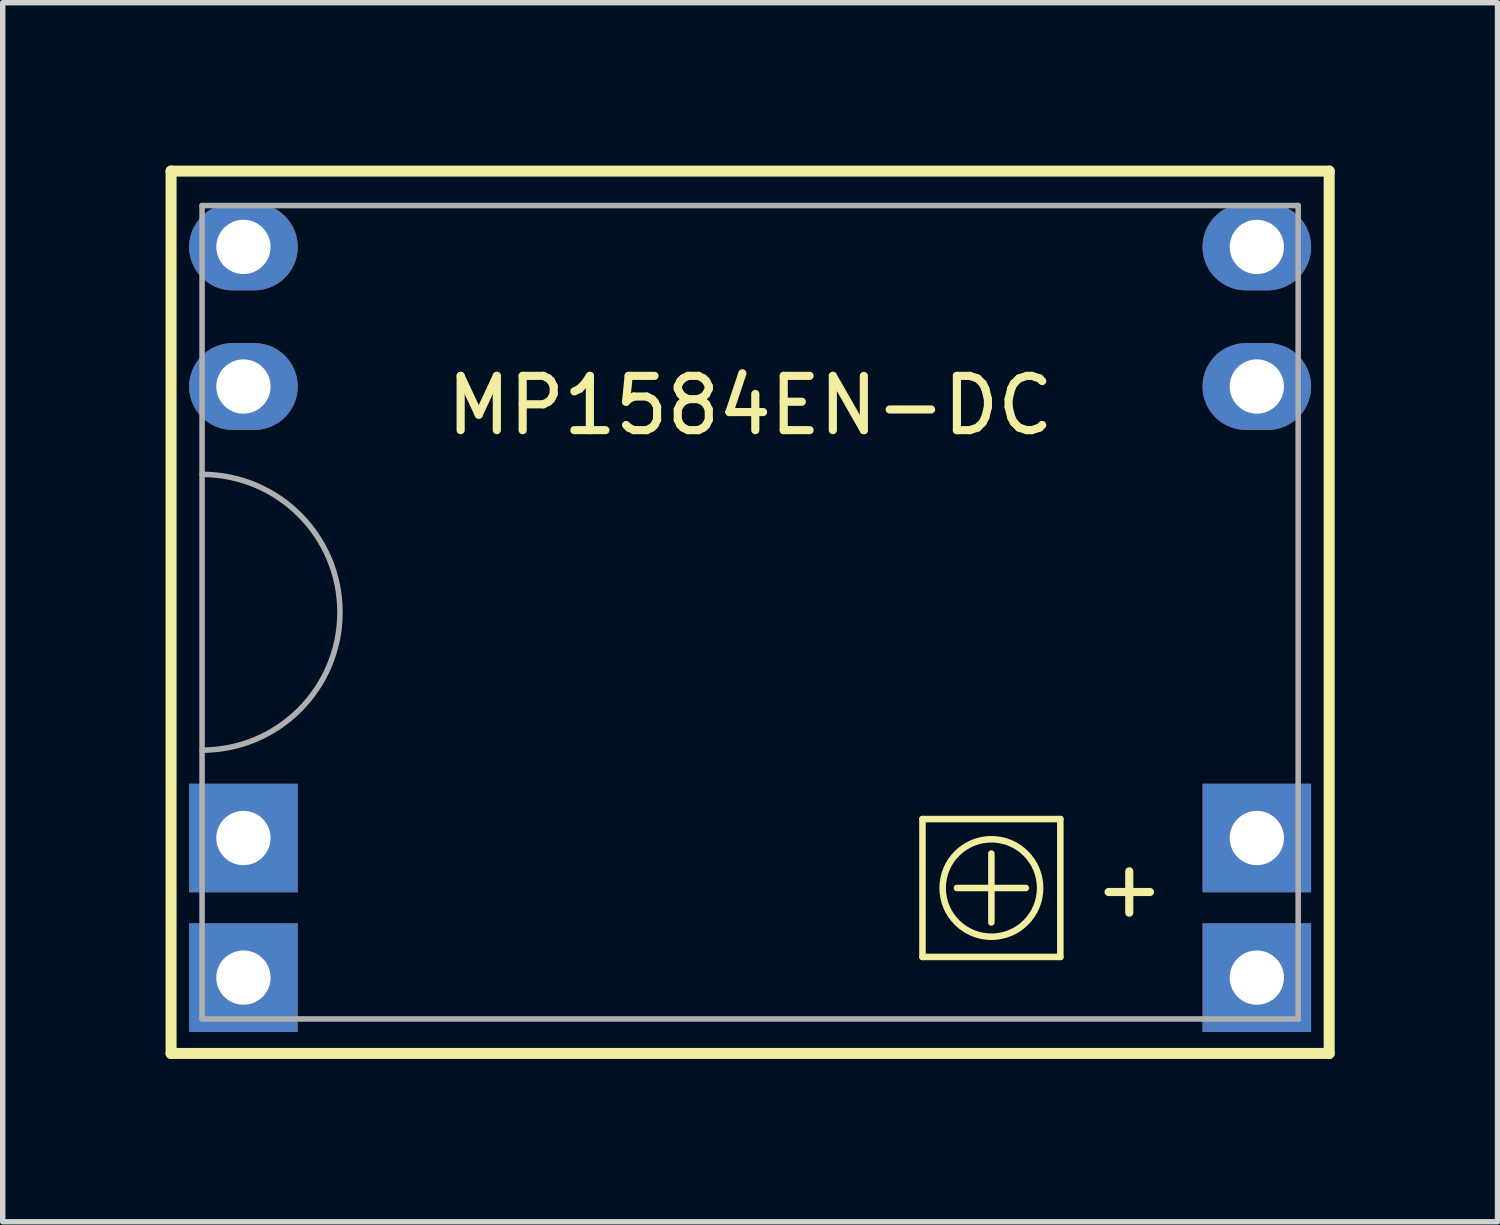
<source format=kicad_pcb>
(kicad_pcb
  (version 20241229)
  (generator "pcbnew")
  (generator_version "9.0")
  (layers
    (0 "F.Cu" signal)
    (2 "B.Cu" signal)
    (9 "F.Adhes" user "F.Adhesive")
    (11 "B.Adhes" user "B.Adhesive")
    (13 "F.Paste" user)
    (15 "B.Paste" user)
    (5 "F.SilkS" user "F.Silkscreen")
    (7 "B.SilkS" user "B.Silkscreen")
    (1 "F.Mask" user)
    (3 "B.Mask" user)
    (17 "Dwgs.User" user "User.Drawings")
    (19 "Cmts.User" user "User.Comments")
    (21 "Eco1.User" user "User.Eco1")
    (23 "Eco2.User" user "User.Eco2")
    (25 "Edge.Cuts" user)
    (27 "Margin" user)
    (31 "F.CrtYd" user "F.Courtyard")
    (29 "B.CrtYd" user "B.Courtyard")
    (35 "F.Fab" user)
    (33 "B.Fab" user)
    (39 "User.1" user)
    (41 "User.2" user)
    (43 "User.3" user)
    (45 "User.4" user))
  (footprint "MP1584EN-DC"
    (layer "F.Cu")
    (at 10.77 8.23)
    (property "Reference" "MP1584EN-DC" (at 0 -3.81 0) (layer "F.SilkS") (effects (font (size 1 1) (thickness 0.15))))
    (attr through_hole)
    (fp_line (start -10.668 -8.128) (end 10.668 -8.128) (stroke (width 0.203) (type solid)) (layer "F.SilkS"))
    (fp_line (start -10.668 8.128) (end -10.668 -8.128) (stroke (width 0.203) (type solid)) (layer "F.SilkS"))
    (fp_line (start -10.668 8.128) (end 10.668 8.128) (stroke (width 0.203) (type solid)) (layer "F.SilkS"))
    (fp_line (start 3.175 3.81) (end 5.715 3.81) (stroke (width 0.12) (type solid)) (layer "F.SilkS"))
    (fp_line (start 3.175 6.35) (end 3.175 3.81) (stroke (width 0.12) (type solid)) (layer "F.SilkS"))
    (fp_line (start 3.81 5.08) (end 5.08 5.08) (stroke (width 0.12) (type solid)) (layer "F.SilkS"))
    (fp_line (start 4.445 4.445) (end 4.445 5.715) (stroke (width 0.12) (type solid)) (layer "F.SilkS"))
    (fp_line (start 5.715 3.81) (end 5.715 6.35) (stroke (width 0.12) (type solid)) (layer "F.SilkS"))
    (fp_line (start 5.715 6.35) (end 3.175 6.35) (stroke (width 0.12) (type solid)) (layer "F.SilkS"))
    (fp_line (start 10.668 8.128) (end 10.668 -8.128) (stroke (width 0.203) (type solid)) (layer "F.SilkS"))
    (fp_circle (center 4.445 5.08) (end 5.08 5.715) (stroke (width 0.12) (type solid)) (fill no) (layer "F.SilkS"))
    (fp_line (start -10.097 -7.493) (end 10.097 -7.493) (stroke (width 0.102) (type solid)) (layer "F.Fab"))
    (fp_line (start -10.097 7.493) (end -10.097 -7.493) (stroke (width 0.102) (type solid)) (layer "F.Fab"))
    (fp_line (start -10.097 7.493) (end 10.097 7.493) (stroke (width 0.102) (type solid)) (layer "F.Fab"))
    (fp_line (start 10.097 7.493) (end 10.097 -7.493) (stroke (width 0.102) (type solid)) (layer "F.Fab"))
    (fp_arc (start -10.0965 -2.54) (mid -7.5565 0) (end -10.0965 2.54) (stroke (width 0.1016) (type solid)) (layer "F.Fab"))
    (fp_text user "+" (at 6.985 5.08 0) (layer "F.SilkS") (effects (font (size 1 1) (thickness 0.15))))
    (pad "1" thru_hole oval (at -9.335 -6.731) (size 2 1.6) (drill 1) (layers "*.Cu" "*.Mask"))
    (pad "2" thru_hole oval (at -9.335 -4.159) (size 2 1.6) (drill 1) (layers "*.Cu" "*.Mask"))
    (pad "3" thru_hole rect (at -9.335 4.159) (size 2 2) (drill 1) (layers "*.Cu" "*.Mask"))
    (pad "4" thru_hole rect (at -9.335 6.731) (size 2 2) (drill 1) (layers "*.Cu" "*.Mask"))
    (pad "5" thru_hole rect (at 9.335 6.731) (size 2 2) (drill 1) (layers "*.Cu" "*.Mask"))
    (pad "6" thru_hole rect (at 9.335 4.159) (size 2 2) (drill 1) (layers "*.Cu" "*.Mask"))
    (pad "7" thru_hole oval (at 9.335 -4.159) (size 2 1.6) (drill 1) (layers "*.Cu" "*.Mask"))
    (pad "8" thru_hole oval (at 9.335 -6.731) (size 2 1.6) (drill 1) (layers "*.Cu" "*.Mask")))
  (gr_rect
    (start -3 -3)
    (end 24.539 19.459)
    (stroke (width 0.1) (type default))
    (fill no)
    (layer "Edge.Cuts")))
</source>
